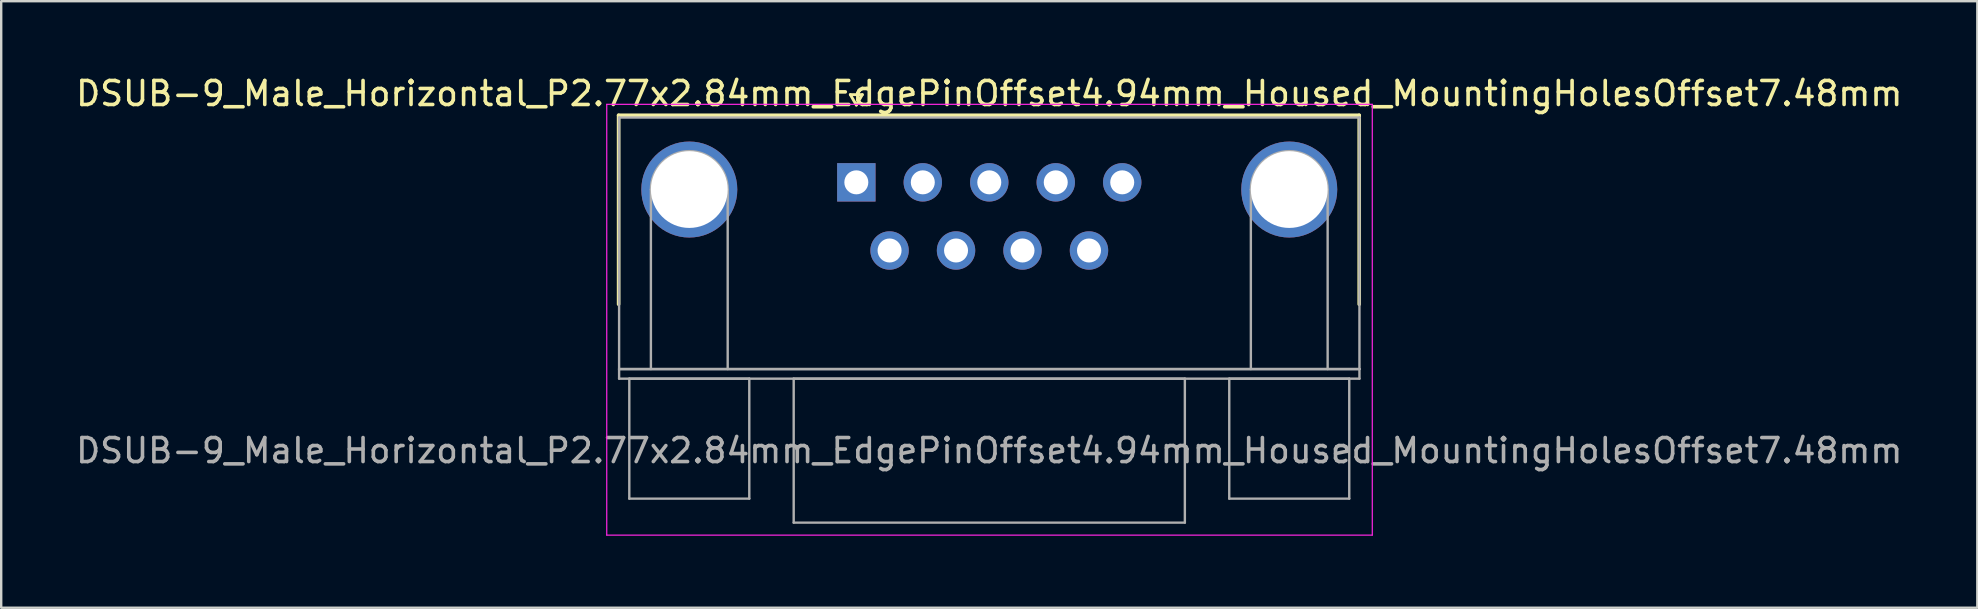
<source format=kicad_pcb>
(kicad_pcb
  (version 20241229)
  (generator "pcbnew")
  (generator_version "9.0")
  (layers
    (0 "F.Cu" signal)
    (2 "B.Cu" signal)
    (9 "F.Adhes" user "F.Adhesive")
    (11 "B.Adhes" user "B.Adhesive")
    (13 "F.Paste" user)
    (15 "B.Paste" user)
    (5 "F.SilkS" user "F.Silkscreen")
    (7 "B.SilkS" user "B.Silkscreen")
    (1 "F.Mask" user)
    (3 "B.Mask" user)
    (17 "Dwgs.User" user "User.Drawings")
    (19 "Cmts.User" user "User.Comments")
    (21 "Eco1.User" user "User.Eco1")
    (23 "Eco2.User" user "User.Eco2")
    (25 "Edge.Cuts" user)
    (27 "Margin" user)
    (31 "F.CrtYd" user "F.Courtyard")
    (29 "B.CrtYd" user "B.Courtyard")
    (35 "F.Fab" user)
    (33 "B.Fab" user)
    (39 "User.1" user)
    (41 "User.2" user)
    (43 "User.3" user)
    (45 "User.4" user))
  (footprint "DSUB-9_Male_Horizontal_P2.77x2.84mm_EdgePinOffset4.94mm_Housed_MountingHolesOffset7.48mm"
    (layer "F.Cu")
    (at 32.633 4.548)
    (property "Reference" "DSUB-9_Male_Horizontal_P2.77x2.84mm_EdgePinOffset4.94mm_Housed_MountingHolesOffset7.48mm" (at 5.54 -3.7 0) (layer "F.SilkS") (effects (font (size 1 1) (thickness 0.15))))
    (attr through_hole)
    (fp_line (start -9.906 -2.794) (end -9.906 5.08) (stroke (width 0.15) (type solid)) (layer "F.SilkS"))
    (fp_line (start -9.906 -2.794) (end 20.955 -2.794) (stroke (width 0.15) (type solid)) (layer "F.SilkS"))
    (fp_line (start -0.25 -3.654) (end 0.25 -3.654) (stroke (width 0.12) (type solid)) (layer "F.SilkS"))
    (fp_line (start 0 -3.221) (end -0.25 -3.654) (stroke (width 0.12) (type solid)) (layer "F.SilkS"))
    (fp_line (start 0.25 -3.654) (end 0 -3.221) (stroke (width 0.12) (type solid)) (layer "F.SilkS"))
    (fp_line (start 20.955 -2.794) (end 20.955 5.08) (stroke (width 0.15) (type solid)) (layer "F.SilkS"))
    (fp_line (start -10.4 -3.25) (end -10.4 14.7) (stroke (width 0.05) (type solid)) (layer "F.CrtYd"))
    (fp_line (start -10.4 14.7) (end 21.5 14.7) (stroke (width 0.05) (type solid)) (layer "F.CrtYd"))
    (fp_line (start 21.5 -3.25) (end -10.4 -3.25) (stroke (width 0.05) (type solid)) (layer "F.CrtYd"))
    (fp_line (start 21.5 14.7) (end 21.5 -3.25) (stroke (width 0.05) (type solid)) (layer "F.CrtYd"))
    (fp_line (start -9.885 -2.7) (end -9.885 7.78) (stroke (width 0.1) (type solid)) (layer "F.Fab"))
    (fp_line (start -9.885 7.78) (end -9.885 8.18) (stroke (width 0.1) (type solid)) (layer "F.Fab"))
    (fp_line (start -9.885 7.78) (end 20.965 7.78) (stroke (width 0.1) (type solid)) (layer "F.Fab"))
    (fp_line (start -9.885 8.18) (end 20.965 8.18) (stroke (width 0.1) (type solid)) (layer "F.Fab"))
    (fp_line (start -9.46 8.18) (end -9.46 13.18) (stroke (width 0.1) (type solid)) (layer "F.Fab"))
    (fp_line (start -9.46 13.18) (end -4.46 13.18) (stroke (width 0.1) (type solid)) (layer "F.Fab"))
    (fp_line (start -8.56 7.78) (end -8.56 0.3) (stroke (width 0.1) (type solid)) (layer "F.Fab"))
    (fp_line (start -5.36 7.78) (end -5.36 0.3) (stroke (width 0.1) (type solid)) (layer "F.Fab"))
    (fp_line (start -4.46 8.18) (end -9.46 8.18) (stroke (width 0.1) (type solid)) (layer "F.Fab"))
    (fp_line (start -4.46 13.18) (end -4.46 8.18) (stroke (width 0.1) (type solid)) (layer "F.Fab"))
    (fp_line (start -2.61 8.18) (end -2.61 14.18) (stroke (width 0.1) (type solid)) (layer "F.Fab"))
    (fp_line (start -2.61 14.18) (end 13.69 14.18) (stroke (width 0.1) (type solid)) (layer "F.Fab"))
    (fp_line (start 13.69 8.18) (end -2.61 8.18) (stroke (width 0.1) (type solid)) (layer "F.Fab"))
    (fp_line (start 13.69 14.18) (end 13.69 8.18) (stroke (width 0.1) (type solid)) (layer "F.Fab"))
    (fp_line (start 15.54 8.18) (end 15.54 13.18) (stroke (width 0.1) (type solid)) (layer "F.Fab"))
    (fp_line (start 15.54 13.18) (end 20.54 13.18) (stroke (width 0.1) (type solid)) (layer "F.Fab"))
    (fp_line (start 16.44 7.78) (end 16.44 0.3) (stroke (width 0.1) (type solid)) (layer "F.Fab"))
    (fp_line (start 19.64 7.78) (end 19.64 0.3) (stroke (width 0.1) (type solid)) (layer "F.Fab"))
    (fp_line (start 20.54 8.18) (end 15.54 8.18) (stroke (width 0.1) (type solid)) (layer "F.Fab"))
    (fp_line (start 20.54 13.18) (end 20.54 8.18) (stroke (width 0.1) (type solid)) (layer "F.Fab"))
    (fp_line (start 20.965 -2.7) (end -9.885 -2.7) (stroke (width 0.1) (type solid)) (layer "F.Fab"))
    (fp_line (start 20.965 7.78) (end -9.885 7.78) (stroke (width 0.1) (type solid)) (layer "F.Fab"))
    (fp_line (start 20.965 7.78) (end 20.965 -2.7) (stroke (width 0.1) (type solid)) (layer "F.Fab"))
    (fp_line (start 20.965 8.18) (end 20.965 7.78) (stroke (width 0.1) (type solid)) (layer "F.Fab"))
    (fp_arc (start -8.56 0.3) (mid -6.96 -1.3) (end -5.36 0.3) (stroke (width 0.1) (type solid)) (layer "F.Fab"))
    (fp_arc (start 16.44 0.3) (mid 18.04 -1.3) (end 19.64 0.3) (stroke (width 0.1) (type solid)) (layer "F.Fab"))
    (fp_text user "${REFERENCE}" (at 5.54 11.18 0) (layer "F.Fab") (effects (font (size 1 1) (thickness 0.15))))
    (pad "0" thru_hole circle (at -6.96 0.3) (size 4 4) (drill 3.2) (layers "*.Cu" "*.Mask"))
    (pad "0" thru_hole circle (at 18.04 0.3) (size 4 4) (drill 3.2) (layers "*.Cu" "*.Mask"))
    (pad "1" thru_hole rect (at 0 0) (size 1.6 1.6) (drill 1) (layers "*.Cu" "*.Mask"))
    (pad "2" thru_hole circle (at 2.77 0) (size 1.6 1.6) (drill 1) (layers "*.Cu" "*.Mask"))
    (pad "3" thru_hole circle (at 5.54 0) (size 1.6 1.6) (drill 1) (layers "*.Cu" "*.Mask"))
    (pad "4" thru_hole circle (at 8.31 0) (size 1.6 1.6) (drill 1) (layers "*.Cu" "*.Mask"))
    (pad "5" thru_hole circle (at 11.08 0) (size 1.6 1.6) (drill 1) (layers "*.Cu" "*.Mask"))
    (pad "6" thru_hole circle (at 1.385 2.84) (size 1.6 1.6) (drill 1) (layers "*.Cu" "*.Mask"))
    (pad "7" thru_hole circle (at 4.155 2.84) (size 1.6 1.6) (drill 1) (layers "*.Cu" "*.Mask"))
    (pad "8" thru_hole circle (at 6.925 2.84) (size 1.6 1.6) (drill 1) (layers "*.Cu" "*.Mask"))
    (pad "9" thru_hole circle (at 9.695 2.84) (size 1.6 1.6) (drill 1) (layers "*.Cu" "*.Mask")))
  (gr_rect
    (start -3 -3)
    (end 79.345 22.273)
    (stroke (width 0.1) (type default))
    (fill no)
    (layer "Edge.Cuts")))
</source>
